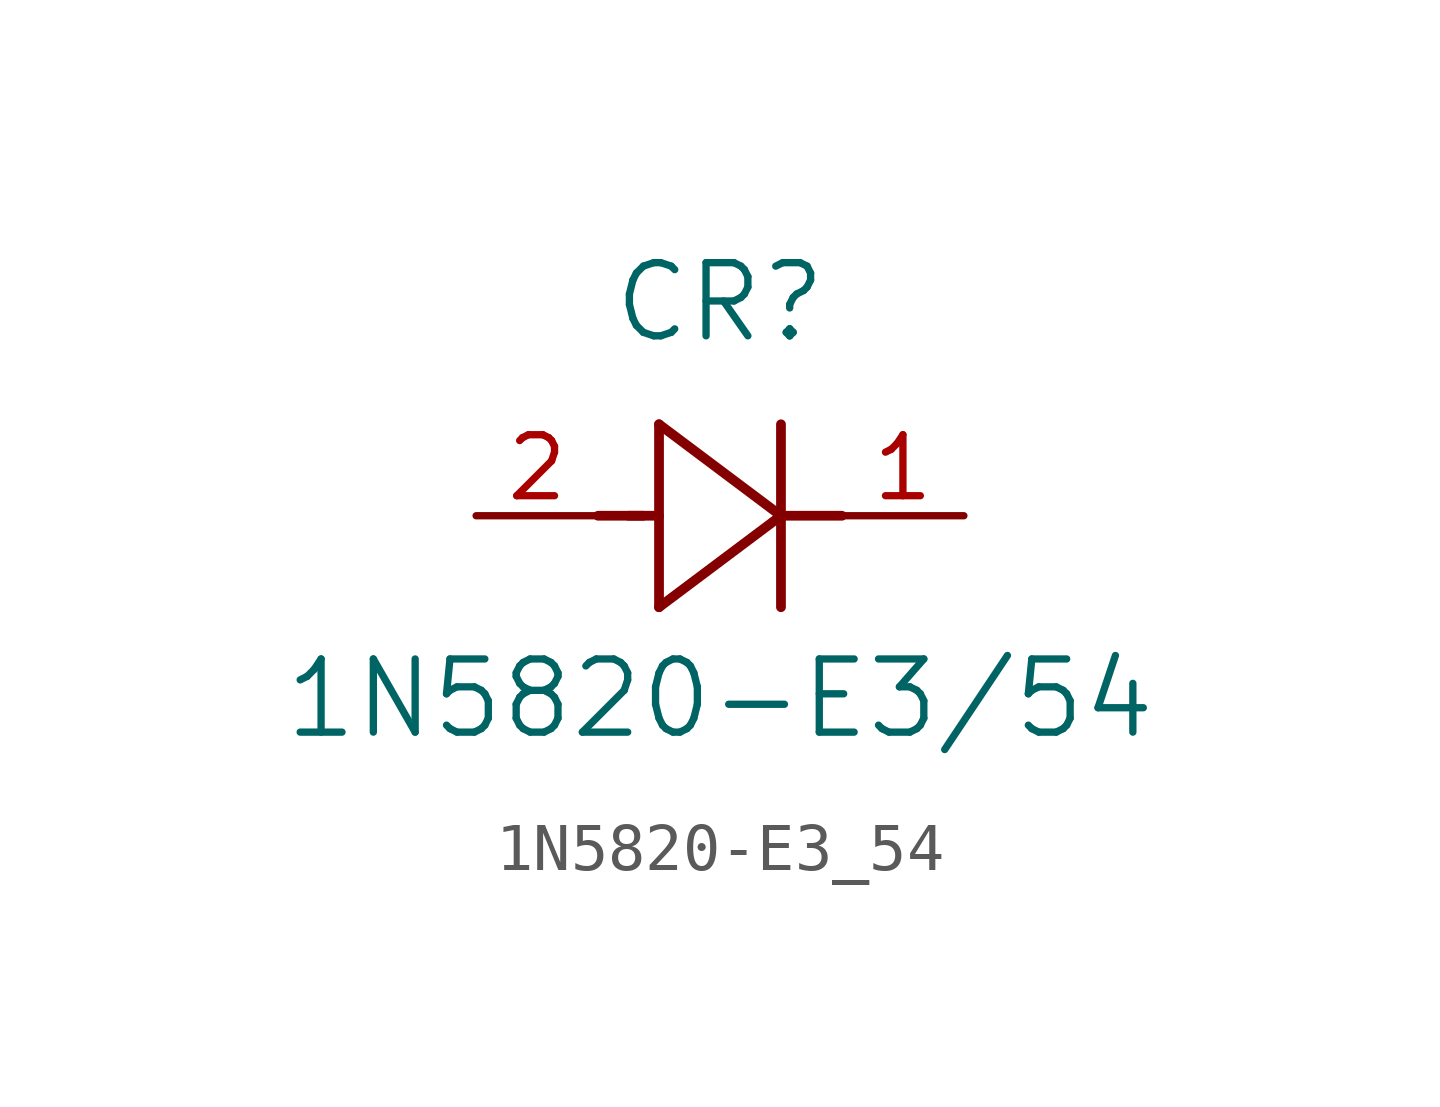
<source format=kicad_sym>
(kicad_symbol_lib
  (version 20211014)
  (generator kicad_symbol_editor)
  (symbol "1N5820-E3_54"
    (pin_names
      (offset 0.254))
    (property "Reference" "CR"
      (at 5.08 4.445 0)
      (effects (font (size 1.524 1.524))))
    (property "Value" "1N5820-E3/54"
      (at 5.08 -3.81 0)
      (effects (font (size 1.524 1.524))))
    (symbol "1N5820-E3_54_0_1"
      (polyline (pts (xy 2.54 0) (xy 3.48 0)) (stroke (width 0.203) (type default) (color 0 0 0 0)) (fill (type none)))
      (polyline (pts (xy 3.81 1.905) (xy 3.81 -1.905)) (stroke (width 0.203) (type default) (color 0 0 0 0)) (fill (type none)))
      (polyline (pts (xy 3.175 0) (xy 3.81 0)) (stroke (width 0.203) (type default) (color 0 0 0 0)) (fill (type none)))
      (polyline (pts (xy 6.35 -1.905) (xy 6.35 1.905)) (stroke (width 0.203) (type default) (color 0 0 0 0)) (fill (type none)))
      (polyline (pts (xy 6.35 0) (xy 7.62 0)) (stroke (width 0.203) (type default) (color 0 0 0 0)) (fill (type none)))
      (polyline (pts (xy 6.35 0) (xy 3.81 1.905)) (stroke (width 0.203) (type default) (color 0 0 0 0)) (fill (type none)))
      (polyline (pts (xy 3.81 -1.905) (xy 6.35 0)) (stroke (width 0.203) (type default) (color 0 0 0 0)) (fill (type none)))
      (pin unspecified line (at 0 0 0) (length 2.54) (name "" (effects (font (size 1.27 1.27)))) (number "2" (effects (font (size 1.27 1.27)))))
      (pin unspecified line (at 10.16 0 180) (length 2.54) (name "" (effects (font (size 1.27 1.27)))) (number "1" (effects (font (size 1.27 1.27))))))))
</source>
